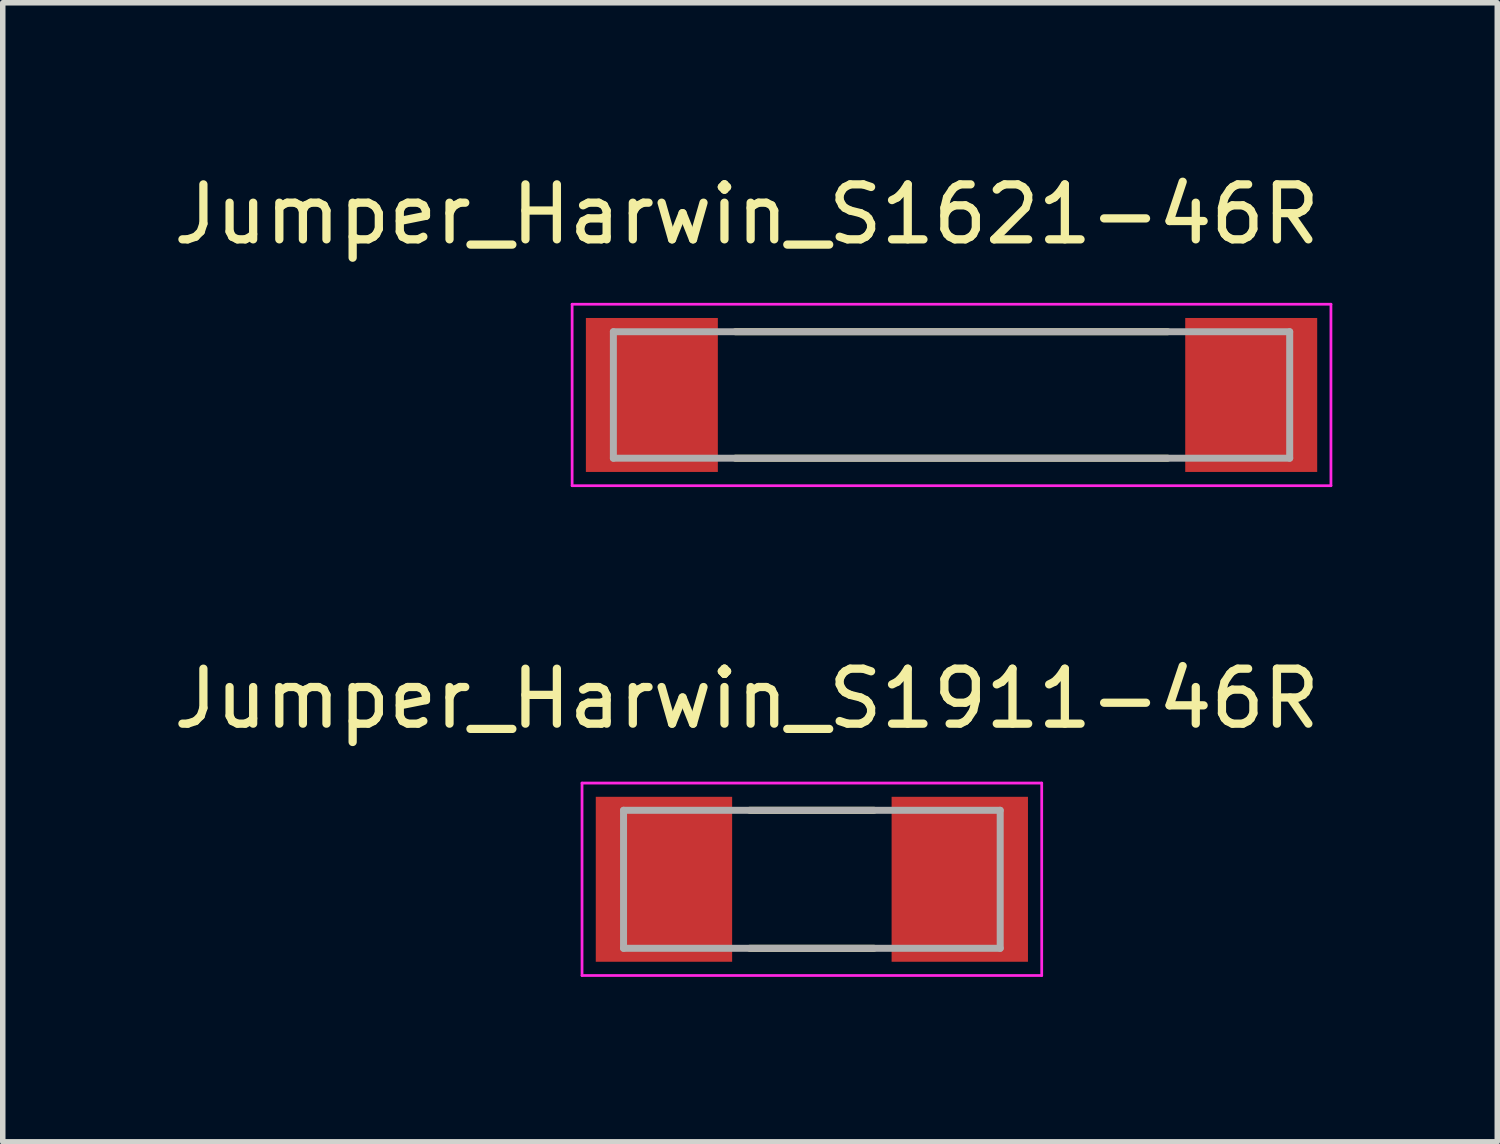
<source format=kicad_pcb>
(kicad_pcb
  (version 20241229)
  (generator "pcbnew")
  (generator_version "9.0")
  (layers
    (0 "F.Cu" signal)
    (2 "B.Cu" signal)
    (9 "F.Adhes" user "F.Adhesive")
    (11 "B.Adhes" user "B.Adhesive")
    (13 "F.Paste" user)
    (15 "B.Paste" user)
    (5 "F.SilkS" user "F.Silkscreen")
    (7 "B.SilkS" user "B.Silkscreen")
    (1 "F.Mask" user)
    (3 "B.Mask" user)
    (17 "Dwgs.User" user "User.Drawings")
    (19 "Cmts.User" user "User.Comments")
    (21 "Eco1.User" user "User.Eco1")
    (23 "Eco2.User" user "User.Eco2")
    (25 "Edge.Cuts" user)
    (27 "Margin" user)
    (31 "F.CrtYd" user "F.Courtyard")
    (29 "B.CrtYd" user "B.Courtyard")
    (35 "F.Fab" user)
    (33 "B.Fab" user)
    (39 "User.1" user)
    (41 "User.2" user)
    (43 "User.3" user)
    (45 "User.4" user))
  (footprint "Jumper_Harwin_S1911-46R"
    (layer "F.Cu")
    (at 11.715 12.941)
    (property "Reference" "Jumper_Harwin_S1911-46R" (at -1.185 -3.285 0) (layer "F.SilkS") (effects (font (size 1 1) (thickness 0.15))))
    (attr smd)
    (fp_line (start -1.13 -1.255) (end 1.13 -1.255) (stroke (width 0.127) (type solid)) (layer "F.SilkS"))
    (fp_line (start -1.13 1.255) (end 1.13 1.255) (stroke (width 0.127) (type solid)) (layer "F.SilkS"))
    (fp_line (start -4.18 -1.75) (end -4.18 1.75) (stroke (width 0.05) (type solid)) (layer "F.CrtYd"))
    (fp_line (start -4.18 1.75) (end 4.18 1.75) (stroke (width 0.05) (type solid)) (layer "F.CrtYd"))
    (fp_line (start 4.18 -1.75) (end -4.18 -1.75) (stroke (width 0.05) (type solid)) (layer "F.CrtYd"))
    (fp_line (start 4.18 1.75) (end 4.18 -1.75) (stroke (width 0.05) (type solid)) (layer "F.CrtYd"))
    (fp_line (start -3.425 -1.255) (end 3.425 -1.255) (stroke (width 0.127) (type solid)) (layer "F.Fab"))
    (fp_line (start -3.425 1.255) (end -3.425 -1.255) (stroke (width 0.127) (type solid)) (layer "F.Fab"))
    (fp_line (start 3.425 -1.255) (end 3.425 1.255) (stroke (width 0.127) (type solid)) (layer "F.Fab"))
    (fp_line (start 3.425 1.255) (end -3.425 1.255) (stroke (width 0.127) (type solid)) (layer "F.Fab"))
    (pad "1" smd rect (at -2.69 0) (size 2.48 3) (layers "F.Cu" "F.Mask" "F.Paste"))
    (pad "2" smd rect (at 2.69 0) (size 2.48 3) (layers "F.Cu" "F.Mask" "F.Paste")))
  (footprint "Jumper_Harwin_S1621-46R"
    (layer "F.Cu")
    (at 14.255 4.133)
    (property "Reference" "Jumper_Harwin_S1621-46R" (at -3.725 -3.285 0) (layer "F.SilkS") (effects (font (size 1 1) (thickness 0.15))))
    (attr smd)
    (fp_line (start -3.93 -1.15) (end 3.93 -1.15) (stroke (width 0.127) (type solid)) (layer "F.SilkS"))
    (fp_line (start -3.93 1.15) (end 3.93 1.15) (stroke (width 0.127) (type solid)) (layer "F.SilkS"))
    (fp_line (start -6.9 -1.65) (end -6.9 1.65) (stroke (width 0.05) (type solid)) (layer "F.CrtYd"))
    (fp_line (start -6.9 1.65) (end 6.9 1.65) (stroke (width 0.05) (type solid)) (layer "F.CrtYd"))
    (fp_line (start 6.9 -1.65) (end -6.9 -1.65) (stroke (width 0.05) (type solid)) (layer "F.CrtYd"))
    (fp_line (start 6.9 1.65) (end 6.9 -1.65) (stroke (width 0.05) (type solid)) (layer "F.CrtYd"))
    (fp_line (start -6.15 -1.15) (end 6.15 -1.15) (stroke (width 0.127) (type solid)) (layer "F.Fab"))
    (fp_line (start -6.15 1.15) (end -6.15 -1.15) (stroke (width 0.127) (type solid)) (layer "F.Fab"))
    (fp_line (start 6.15 -1.15) (end 6.15 1.15) (stroke (width 0.127) (type solid)) (layer "F.Fab"))
    (fp_line (start 6.15 1.15) (end -6.15 1.15) (stroke (width 0.127) (type solid)) (layer "F.Fab"))
    (pad "1" smd rect (at -5.45 0) (size 2.4 2.8) (layers "F.Cu" "F.Mask" "F.Paste"))
    (pad "2" smd rect (at 5.45 0) (size 2.4 2.8) (layers "F.Cu" "F.Mask" "F.Paste")))
  (gr_rect
    (start -3 -3)
    (end 24.18 17.716)
    (stroke (width 0.1) (type default))
    (fill no)
    (layer "Edge.Cuts")))
</source>
